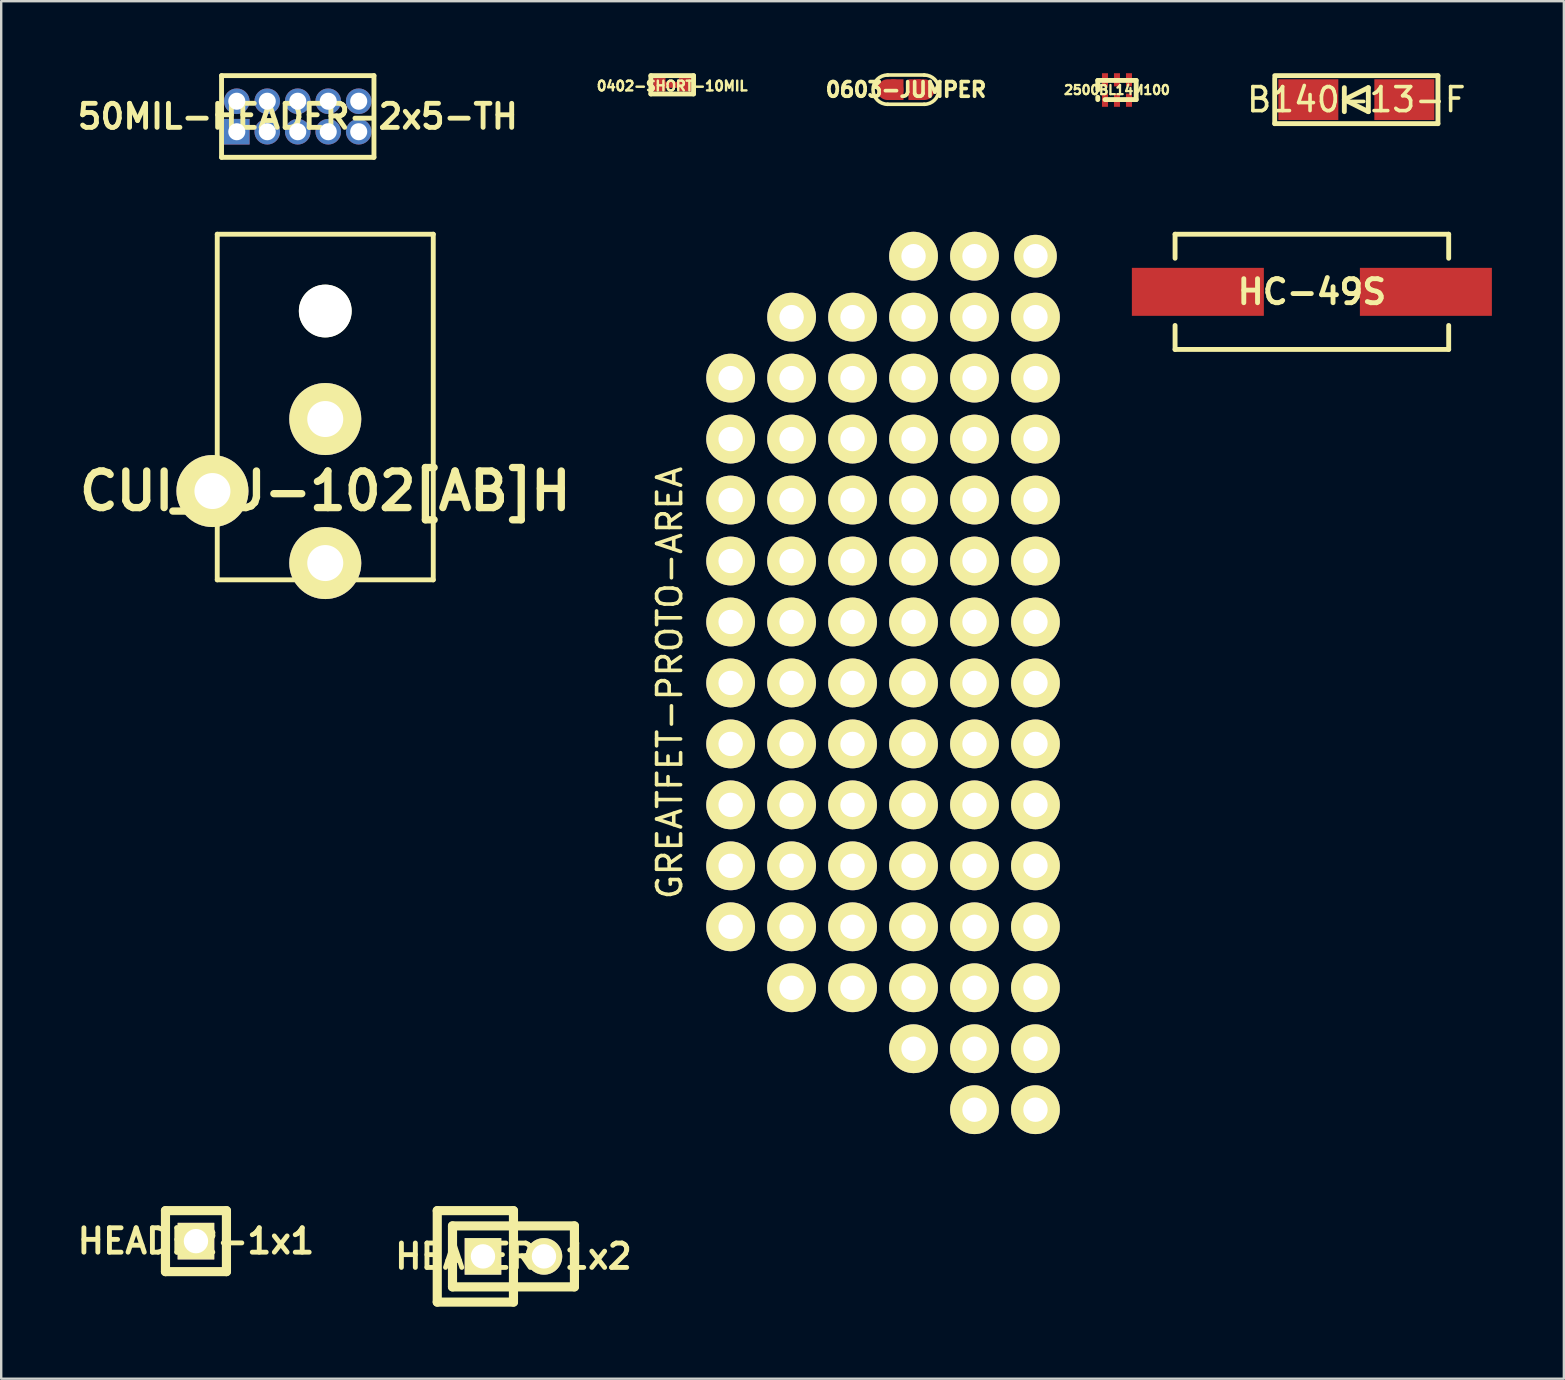
<source format=kicad_pcb>
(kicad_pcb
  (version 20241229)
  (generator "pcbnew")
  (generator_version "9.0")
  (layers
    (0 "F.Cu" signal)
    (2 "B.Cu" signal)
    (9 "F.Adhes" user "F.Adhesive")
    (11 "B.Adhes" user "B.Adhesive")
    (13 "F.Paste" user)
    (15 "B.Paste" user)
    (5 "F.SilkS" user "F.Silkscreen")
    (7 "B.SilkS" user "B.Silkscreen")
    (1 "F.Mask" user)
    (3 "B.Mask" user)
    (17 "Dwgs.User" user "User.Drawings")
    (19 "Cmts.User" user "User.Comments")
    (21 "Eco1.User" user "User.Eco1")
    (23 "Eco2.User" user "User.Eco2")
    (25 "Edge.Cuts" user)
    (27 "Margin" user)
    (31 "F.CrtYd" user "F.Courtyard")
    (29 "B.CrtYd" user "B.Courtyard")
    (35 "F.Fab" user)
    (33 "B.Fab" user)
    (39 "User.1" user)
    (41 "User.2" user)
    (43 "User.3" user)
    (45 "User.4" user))
  (footprint "0603-JUMPER"
    (layer "F.Cu")
    (at 34.694 0.685)
    (property "Reference" "0603-JUMPER" (at 0 0 0) (layer "F.SilkS") (effects (font (size 0.61 0.61) (thickness 0.152))))
    (attr through_hole)
    (fp_line (start -0.762 0.61) (end 0.762 0.61) (stroke (width 0.15) (type solid)) (layer "F.SilkS"))
    (fp_line (start 0.762 -0.61) (end -0.762 -0.61) (stroke (width 0.15) (type solid)) (layer "F.SilkS"))
    (fp_arc (start -0.762 0.6096) (mid -1.3716 0) (end -0.762 -0.6096) (stroke (width 0.15) (type solid)) (layer "F.SilkS"))
    (fp_arc (start 0.762 -0.6096) (mid 1.3716 0) (end 0.762 0.6096) (stroke (width 0.15) (type solid)) (layer "F.SilkS"))
    (pad "1" smd oval (at -0.648 0) (size 1.092 0.864) (layers "F.Cu" "F.Mask"))
    (pad "1" smd rect (at -0.356 0) (size 0.508 0.864) (layers "F.Cu" "F.Mask"))
    (pad "2" smd rect (at 0.356 0) (size 0.508 0.864) (layers "F.Cu" "F.Mask"))
    (pad "2" smd oval (at 0.648 0) (size 1.092 0.864) (layers "F.Cu" "F.Mask")))
  (footprint "50MIL-HEADER-2x5-TH"
    (layer "F.Cu")
    (at 9.355 1.803)
    (property "Reference" "50MIL-HEADER-2x5-TH" (at 0 0 0) (layer "F.SilkS") (effects (font (size 1.001 1.001) (thickness 0.203))))
    (attr through_hole)
    (fp_line (start -3.175 -1.702) (end -3.175 1.702) (stroke (width 0.203) (type solid)) (layer "F.SilkS"))
    (fp_line (start -3.175 1.702) (end 3.175 1.702) (stroke (width 0.203) (type solid)) (layer "F.SilkS"))
    (fp_line (start 3.175 -1.702) (end -3.175 -1.702) (stroke (width 0.203) (type solid)) (layer "F.SilkS"))
    (fp_line (start 3.175 -1.702) (end 3.175 1.702) (stroke (width 0.203) (type solid)) (layer "F.SilkS"))
    (pad "1" thru_hole rect (at -2.54 0.635) (size 1.067 1.067) (drill 0.711) (layers "*.Cu" "*.Mask"))
    (pad "2" thru_hole circle (at -2.54 -0.635) (size 1.067 1.067) (drill 0.711) (layers "*.Cu" "*.Mask"))
    (pad "3" thru_hole circle (at -1.27 0.635) (size 1.067 1.067) (drill 0.711) (layers "*.Cu" "*.Mask"))
    (pad "4" thru_hole circle (at -1.27 -0.635) (size 1.067 1.067) (drill 0.711) (layers "*.Cu" "*.Mask"))
    (pad "5" thru_hole circle (at 0 0.635) (size 1.067 1.067) (drill 0.711) (layers "*.Cu" "*.Mask"))
    (pad "6" thru_hole circle (at 0 -0.635) (size 1.067 1.067) (drill 0.711) (layers "*.Cu" "*.Mask"))
    (pad "7" thru_hole circle (at 1.27 0.635) (size 1.067 1.067) (drill 0.711) (layers "*.Cu" "*.Mask"))
    (pad "8" thru_hole circle (at 1.27 -0.635) (size 1.067 1.067) (drill 0.711) (layers "*.Cu" "*.Mask"))
    (pad "9" thru_hole circle (at 2.54 0.635) (size 1.067 1.067) (drill 0.711) (layers "*.Cu" "*.Mask"))
    (pad "10" thru_hole circle (at 2.54 -0.635) (size 1.067 1.067) (drill 0.711) (layers "*.Cu" "*.Mask")))
  (footprint "CUI_PJ-102[AB]H"
    (layer "F.Cu")
    (at 10.501 17.408)
    (property "Reference" "CUI_PJ-102[AB]H" (at 0 0 0) (layer "F.SilkS") (effects (font (size 1.524 1.524) (thickness 0.305))))
    (attr through_hole)
    (fp_line (start -4.5 -10.7) (end 4.5 -10.7) (stroke (width 0.203) (type solid)) (layer "F.SilkS"))
    (fp_line (start -4.5 3.7) (end -4.5 -10.7) (stroke (width 0.203) (type solid)) (layer "F.SilkS"))
    (fp_line (start 4.5 -10.7) (end 4.5 3.7) (stroke (width 0.203) (type solid)) (layer "F.SilkS"))
    (fp_line (start 4.5 3.7) (end -4.5 3.7) (stroke (width 0.203) (type solid)) (layer "F.SilkS"))
    (pad "" np_thru_hole circle (at 0 -7.5) (size 2.2 2.2) (drill 2.2) (layers "*.Cu" "*.Mask" "F.SilkS"))
    (pad "1" thru_hole circle (at 0 3) (size 3 3) (drill 1.5) (layers "*.Cu" "*.Mask" "F.SilkS"))
    (pad "2" thru_hole circle (at 0 -3) (size 3 3) (drill 1.5) (layers "*.Cu" "*.Mask" "F.SilkS"))
    (pad "3" thru_hole circle (at -4.7 0) (size 3 3) (drill 1.5) (layers "*.Cu" "*.Mask" "F.SilkS")))
  (footprint "HC-49S"
    (layer "F.Cu")
    (at 51.606 9.109)
    (property "Reference" "HC-49S" (at 0 0 0) (layer "F.SilkS") (effects (font (size 1.001 1.001) (thickness 0.203))))
    (attr through_hole)
    (fp_line (start -5.7 -2.4) (end -5.7 -1.4) (stroke (width 0.203) (type solid)) (layer "F.SilkS"))
    (fp_line (start -5.7 -2.4) (end 5.7 -2.4) (stroke (width 0.203) (type solid)) (layer "F.SilkS"))
    (fp_line (start -5.7 2.4) (end -5.7 1.4) (stroke (width 0.203) (type solid)) (layer "F.SilkS"))
    (fp_line (start -5.7 2.4) (end 5.7 2.4) (stroke (width 0.203) (type solid)) (layer "F.SilkS"))
    (fp_line (start 5.7 -2.4) (end 5.7 -1.4) (stroke (width 0.203) (type solid)) (layer "F.SilkS"))
    (fp_line (start 5.7 2.4) (end 5.7 1.4) (stroke (width 0.203) (type solid)) (layer "F.SilkS"))
    (pad "1" smd rect (at -4.75 0) (size 5.499 1.999) (layers "F.Cu" "F.Mask" "F.Paste"))
    (pad "2" smd rect (at 4.75 0) (size 5.499 1.999) (layers "F.Cu" "F.Mask" "F.Paste")))
  (footprint "B140-13-F"
    (placed yes)
    (layer "F.Cu")
    (at 53.458 1.102)
    (property "Reference" "B140-13-F" (at 0 0 180) (layer "F.SilkS") (effects (font (size 1 1) (thickness 0.15))))
    (attr through_hole)
    (fp_line (start -3.4 -1) (end 3.4 -1) (stroke (width 0.203) (type solid)) (layer "F.SilkS"))
    (fp_line (start -3.4 1) (end -3.4 -0.9) (stroke (width 0.203) (type solid)) (layer "F.SilkS"))
    (fp_line (start -0.5 -0.5) (end -0.5 0.5) (stroke (width 0.203) (type solid)) (layer "F.SilkS"))
    (fp_line (start -0.5 0) (end 0.5 -0.5) (stroke (width 0.203) (type solid)) (layer "F.SilkS"))
    (fp_line (start 0.5 -0.5) (end 0.5 0.5) (stroke (width 0.203) (type solid)) (layer "F.SilkS"))
    (fp_line (start 0.5 0.5) (end -0.5 0) (stroke (width 0.203) (type solid)) (layer "F.SilkS"))
    (fp_line (start 3.4 -1) (end 3.4 1) (stroke (width 0.203) (type solid)) (layer "F.SilkS"))
    (fp_line (start 3.4 1) (end -3.4 1) (stroke (width 0.203) (type solid)) (layer "F.SilkS"))
    (pad "1" smd rect (at -2 0 180) (size 2.5 1.7) (layers "F.Cu" "F.Mask" "F.Paste"))
    (pad "2" smd rect (at 2 0 180) (size 2.5 1.7) (layers "F.Cu" "F.Mask" "F.Paste")))
  (footprint "0402-SHORT-10MIL"
    (layer "F.Cu")
    (at 24.956 0.483)
    (property "Reference" "0402-SHORT-10MIL" (at 0 0.051 0) (layer "F.SilkS") (effects (font (size 0.406 0.406) (thickness 0.102))))
    (attr through_hole)
    (fp_line (start -0.889 -0.381) (end 0.889 -0.381) (stroke (width 0.203) (type solid)) (layer "F.SilkS"))
    (fp_line (start -0.889 0.381) (end -0.889 -0.381) (stroke (width 0.203) (type solid)) (layer "F.SilkS"))
    (fp_line (start 0.889 -0.381) (end 0.889 0.381) (stroke (width 0.203) (type solid)) (layer "F.SilkS"))
    (fp_line (start 0.889 0.381) (end -0.889 0.381) (stroke (width 0.203) (type solid)) (layer "F.SilkS"))
    (pad "" smd rect (at 0 0) (size 0.762 0.254) (layers "F.Cu" "F.Mask"))
    (pad "1" smd rect (at -0.533 0) (size 0.508 0.559) (layers "F.Cu" "F.Mask"))
    (pad "2" smd rect (at 0.533 0) (size 0.508 0.559) (layers "F.Cu" "F.Mask")))
  (footprint "HEADER-1x2"
    (layer "F.Cu")
    (at 18.342 49.294)
    (property "Reference" "HEADER-1x2" (at 0 0 0) (layer "F.SilkS") (effects (font (size 1.016 1.016) (thickness 0.203))))
    (attr through_hole)
    (fp_line (start -3.175 -1.905) (end -3.175 1.905) (stroke (width 0.381) (type solid)) (layer "F.SilkS"))
    (fp_line (start -3.175 1.905) (end 0 1.905) (stroke (width 0.381) (type solid)) (layer "F.SilkS"))
    (fp_line (start -2.54 -1.27) (end -2.54 1.27) (stroke (width 0.381) (type solid)) (layer "F.SilkS"))
    (fp_line (start -2.54 -1.27) (end 2.54 -1.27) (stroke (width 0.381) (type solid)) (layer "F.SilkS"))
    (fp_line (start 0 -1.905) (end -3.175 -1.905) (stroke (width 0.381) (type solid)) (layer "F.SilkS"))
    (fp_line (start 0 1.905) (end 0 -1.905) (stroke (width 0.381) (type solid)) (layer "F.SilkS"))
    (fp_line (start 2.54 -1.27) (end 2.54 1.27) (stroke (width 0.381) (type solid)) (layer "F.SilkS"))
    (fp_line (start 2.54 1.27) (end -2.54 1.27) (stroke (width 0.381) (type solid)) (layer "F.SilkS"))
    (pad "1" thru_hole rect (at -1.27 0) (size 1.524 1.524) (drill 1.016) (layers "*.Cu" "*.Mask" "F.SilkS"))
    (pad "2" thru_hole circle (at 1.27 0) (size 1.524 1.524) (drill 1.016) (layers "*.Cu" "*.Mask" "F.SilkS")))
  (footprint "HEADER-1x1"
    (layer "F.Cu")
    (at 5.114 48.659)
    (property "Reference" "HEADER-1x1" (at 0 0 0) (layer "F.SilkS") (effects (font (size 1.016 1.016) (thickness 0.203))))
    (attr through_hole)
    (fp_line (start -1.27 -1.27) (end -1.27 1.27) (stroke (width 0.381) (type solid)) (layer "F.SilkS"))
    (fp_line (start -1.27 -1.27) (end 1.27 -1.27) (stroke (width 0.381) (type solid)) (layer "F.SilkS"))
    (fp_line (start 1.27 -1.27) (end 1.27 1.27) (stroke (width 0.381) (type solid)) (layer "F.SilkS"))
    (fp_line (start 1.27 1.27) (end -1.27 1.27) (stroke (width 0.381) (type solid)) (layer "F.SilkS"))
    (pad "1" thru_hole rect (at 0 0) (size 1.524 1.524) (drill 1.016) (layers "*.Cu" "*.Mask" "F.SilkS")))
  (footprint "2500BL14M100"
    (layer "F.Cu")
    (at 43.486 0.7)
    (property "Reference" "2500BL14M100" (at 0 0 0) (layer "F.SilkS") (effects (font (size 0.381 0.381) (thickness 0.095))))
    (attr through_hole)
    (fp_line (start -0.8 -0.399) (end -0.8 0) (stroke (width 0.203) (type solid)) (layer "F.SilkS"))
    (fp_line (start -0.8 -0.399) (end 0.8 -0.399) (stroke (width 0.203) (type solid)) (layer "F.SilkS"))
    (fp_line (start -0.8 0.399) (end -0.8 0.3) (stroke (width 0.203) (type solid)) (layer "F.SilkS"))
    (fp_line (start 0.8 -0.399) (end 0.8 0.399) (stroke (width 0.203) (type solid)) (layer "F.SilkS"))
    (fp_line (start 0.8 0.399) (end -0.5 0.399) (stroke (width 0.203) (type solid)) (layer "F.SilkS"))
    (pad "1" smd rect (at -0.5 0.425) (size 0.25 0.55) (layers "F.Cu" "F.Mask" "F.Paste"))
    (pad "2" smd rect (at 0 0.425) (size 0.25 0.55) (layers "F.Cu" "F.Mask" "F.Paste"))
    (pad "3" smd rect (at 0.5 0.425) (size 0.25 0.55) (layers "F.Cu" "F.Mask" "F.Paste"))
    (pad "4" smd rect (at 0.5 -0.425) (size 0.25 0.55) (layers "F.Cu" "F.Mask" "F.Paste"))
    (pad "5" smd rect (at 0 -0.425) (size 0.25 0.55) (layers "F.Cu" "F.Mask" "F.Paste"))
    (pad "6" smd rect (at -0.5 -0.425) (size 0.25 0.55) (layers "F.Cu" "F.Mask" "F.Paste")))
  (footprint "GREATFET-PROTO-AREA"
    (layer "F.Cu")
    (at 40.09 25.403)
    (property "Reference" "GREATFET-PROTO-AREA" (at -15.24 0 270) (layer "F.SilkS") (effects (font (size 1 1) (thickness 0.15))))
    (attr through_hole)
    (pad "1" thru_hole circle (at 0 -17.78) (size 1.778 1.778) (drill 1.016) (layers "*.Cu" "*.Mask" "F.SilkS"))
    (pad "2" thru_hole circle (at 0 -15.24) (size 2.032 2.032) (drill 1.016) (layers "*.Cu" "*.Mask" "F.SilkS"))
    (pad "3" thru_hole circle (at 0 -12.7) (size 2.032 2.032) (drill 1.016) (layers "*.Cu" "*.Mask" "F.SilkS"))
    (pad "4" thru_hole circle (at 0 -10.16) (size 2.032 2.032) (drill 1.016) (layers "*.Cu" "*.Mask" "F.SilkS"))
    (pad "5" thru_hole circle (at 0 -7.62) (size 2.032 2.032) (drill 1.016) (layers "*.Cu" "*.Mask" "F.SilkS"))
    (pad "6" thru_hole circle (at 0 -5.08) (size 2.032 2.032) (drill 1.016) (layers "*.Cu" "*.Mask" "F.SilkS"))
    (pad "7" thru_hole circle (at 0 -2.54) (size 2.032 2.032) (drill 1.016) (layers "*.Cu" "*.Mask" "F.SilkS"))
    (pad "8" thru_hole circle (at 0 0) (size 2.032 2.032) (drill 1.016) (layers "*.Cu" "*.Mask" "F.SilkS"))
    (pad "9" thru_hole circle (at 0 2.54) (size 2.032 2.032) (drill 1.016) (layers "*.Cu" "*.Mask" "F.SilkS"))
    (pad "10" thru_hole circle (at 0 5.08) (size 2.032 2.032) (drill 1.016) (layers "*.Cu" "*.Mask" "F.SilkS"))
    (pad "11" thru_hole circle (at 0 7.62) (size 2.032 2.032) (drill 1.016) (layers "*.Cu" "*.Mask" "F.SilkS"))
    (pad "12" thru_hole circle (at 0 10.16) (size 2.032 2.032) (drill 1.016) (layers "*.Cu" "*.Mask" "F.SilkS"))
    (pad "13" thru_hole circle (at 0 12.7) (size 2.032 2.032) (drill 1.016) (layers "*.Cu" "*.Mask" "F.SilkS"))
    (pad "14" thru_hole circle (at 0 15.24) (size 2.032 2.032) (drill 1.016) (layers "*.Cu" "*.Mask" "F.SilkS"))
    (pad "15" thru_hole circle (at 0 17.78) (size 2.032 2.032) (drill 1.016) (layers "*.Cu" "*.Mask" "F.SilkS"))
    (pad "16" thru_hole circle (at -2.54 -17.78) (size 2.032 2.032) (drill 1.016) (layers "*.Cu" "*.Mask" "F.SilkS"))
    (pad "17" thru_hole circle (at -2.54 -15.24) (size 2.032 2.032) (drill 1.016) (layers "*.Cu" "*.Mask" "F.SilkS"))
    (pad "18" thru_hole circle (at -2.54 -12.7) (size 2.032 2.032) (drill 1.016) (layers "*.Cu" "*.Mask" "F.SilkS"))
    (pad "19" thru_hole circle (at -2.54 -10.16) (size 2.032 2.032) (drill 1.016) (layers "*.Cu" "*.Mask" "F.SilkS"))
    (pad "20" thru_hole circle (at -2.54 -7.62) (size 2.032 2.032) (drill 1.016) (layers "*.Cu" "*.Mask" "F.SilkS"))
    (pad "21" thru_hole circle (at -2.54 -5.08) (size 2.032 2.032) (drill 1.016) (layers "*.Cu" "*.Mask" "F.SilkS"))
    (pad "22" thru_hole circle (at -2.54 -2.54) (size 2.032 2.032) (drill 1.016) (layers "*.Cu" "*.Mask" "F.SilkS"))
    (pad "23" thru_hole circle (at -2.54 0) (size 2.032 2.032) (drill 1.016) (layers "*.Cu" "*.Mask" "F.SilkS"))
    (pad "24" thru_hole circle (at -2.54 2.54) (size 2.032 2.032) (drill 1.016) (layers "*.Cu" "*.Mask" "F.SilkS"))
    (pad "25" thru_hole circle (at -2.54 5.08) (size 2.032 2.032) (drill 1.016) (layers "*.Cu" "*.Mask" "F.SilkS"))
    (pad "26" thru_hole circle (at -2.54 7.62) (size 2.032 2.032) (drill 1.016) (layers "*.Cu" "*.Mask" "F.SilkS"))
    (pad "27" thru_hole circle (at -2.54 10.16) (size 2.032 2.032) (drill 1.016) (layers "*.Cu" "*.Mask" "F.SilkS"))
    (pad "28" thru_hole circle (at -2.54 12.7) (size 2.032 2.032) (drill 1.016) (layers "*.Cu" "*.Mask" "F.SilkS"))
    (pad "29" thru_hole circle (at -2.54 15.24) (size 2.032 2.032) (drill 1.016) (layers "*.Cu" "*.Mask" "F.SilkS"))
    (pad "30" thru_hole circle (at -2.54 17.78) (size 2.032 2.032) (drill 1.016) (layers "*.Cu" "*.Mask" "F.SilkS"))
    (pad "31" thru_hole circle (at -5.08 -17.78) (size 2.032 2.032) (drill 1.016) (layers "*.Cu" "*.Mask" "F.SilkS"))
    (pad "32" thru_hole circle (at -5.08 -15.24) (size 2.032 2.032) (drill 1.016) (layers "*.Cu" "*.Mask" "F.SilkS"))
    (pad "33" thru_hole circle (at -5.08 -12.7) (size 2.032 2.032) (drill 1.016) (layers "*.Cu" "*.Mask" "F.SilkS"))
    (pad "34" thru_hole circle (at -5.08 -10.16) (size 2.032 2.032) (drill 1.016) (layers "*.Cu" "*.Mask" "F.SilkS"))
    (pad "35" thru_hole circle (at -5.08 -7.62) (size 2.032 2.032) (drill 1.016) (layers "*.Cu" "*.Mask" "F.SilkS"))
    (pad "36" thru_hole circle (at -5.08 -5.08) (size 2.032 2.032) (drill 1.016) (layers "*.Cu" "*.Mask" "F.SilkS"))
    (pad "37" thru_hole circle (at -5.08 -2.54) (size 2.032 2.032) (drill 1.016) (layers "*.Cu" "*.Mask" "F.SilkS"))
    (pad "38" thru_hole circle (at -5.08 0) (size 2.032 2.032) (drill 1.016) (layers "*.Cu" "*.Mask" "F.SilkS"))
    (pad "39" thru_hole circle (at -5.08 2.54) (size 2.032 2.032) (drill 1.016) (layers "*.Cu" "*.Mask" "F.SilkS"))
    (pad "40" thru_hole circle (at -5.08 5.08) (size 2.032 2.032) (drill 1.016) (layers "*.Cu" "*.Mask" "F.SilkS"))
    (pad "41" thru_hole circle (at -5.08 7.62) (size 2.032 2.032) (drill 1.016) (layers "*.Cu" "*.Mask" "F.SilkS"))
    (pad "42" thru_hole circle (at -5.08 10.16) (size 2.032 2.032) (drill 1.016) (layers "*.Cu" "*.Mask" "F.SilkS"))
    (pad "43" thru_hole circle (at -5.08 12.7) (size 2.032 2.032) (drill 1.016) (layers "*.Cu" "*.Mask" "F.SilkS"))
    (pad "44" thru_hole circle (at -5.08 15.24) (size 2.032 2.032) (drill 1.016) (layers "*.Cu" "*.Mask" "F.SilkS"))
    (pad "45" thru_hole circle (at -12.7 -12.7) (size 2.032 2.032) (drill 1.016) (layers "*.Cu" "*.Mask" "F.SilkS"))
    (pad "47" thru_hole circle (at -7.62 -15.24) (size 2.032 2.032) (drill 1.016) (layers "*.Cu" "*.Mask" "F.SilkS"))
    (pad "48" thru_hole circle (at -7.62 -12.7) (size 2.032 2.032) (drill 1.016) (layers "*.Cu" "*.Mask" "F.SilkS"))
    (pad "49" thru_hole circle (at -7.62 -10.16) (size 2.032 2.032) (drill 1.016) (layers "*.Cu" "*.Mask" "F.SilkS"))
    (pad "50" thru_hole circle (at -7.62 -7.62) (size 2.032 2.032) (drill 1.016) (layers "*.Cu" "*.Mask" "F.SilkS"))
    (pad "51" thru_hole circle (at -7.62 -5.08) (size 2.032 2.032) (drill 1.016) (layers "*.Cu" "*.Mask" "F.SilkS"))
    (pad "52" thru_hole circle (at -7.62 -2.54) (size 2.032 2.032) (drill 1.016) (layers "*.Cu" "*.Mask" "F.SilkS"))
    (pad "53" thru_hole circle (at -7.62 0) (size 2.032 2.032) (drill 1.016) (layers "*.Cu" "*.Mask" "F.SilkS"))
    (pad "54" thru_hole circle (at -7.62 2.54) (size 2.032 2.032) (drill 1.016) (layers "*.Cu" "*.Mask" "F.SilkS"))
    (pad "55" thru_hole circle (at -7.62 5.08) (size 2.032 2.032) (drill 1.016) (layers "*.Cu" "*.Mask" "F.SilkS"))
    (pad "56" thru_hole circle (at -7.62 7.62) (size 2.032 2.032) (drill 1.016) (layers "*.Cu" "*.Mask" "F.SilkS"))
    (pad "57" thru_hole circle (at -7.62 10.16) (size 2.032 2.032) (drill 1.016) (layers "*.Cu" "*.Mask" "F.SilkS"))
    (pad "58" thru_hole circle (at -7.62 12.7) (size 2.032 2.032) (drill 1.016) (layers "*.Cu" "*.Mask" "F.SilkS"))
    (pad "61" thru_hole circle (at -10.16 -15.24) (size 2.032 2.032) (drill 1.016) (layers "*.Cu" "*.Mask" "F.SilkS"))
    (pad "62" thru_hole circle (at -10.16 -12.7) (size 2.032 2.032) (drill 1.016) (layers "*.Cu" "*.Mask" "F.SilkS"))
    (pad "63" thru_hole circle (at -10.16 -10.16) (size 2.032 2.032) (drill 1.016) (layers "*.Cu" "*.Mask" "F.SilkS"))
    (pad "64" thru_hole circle (at -10.16 -7.62) (size 2.032 2.032) (drill 1.016) (layers "*.Cu" "*.Mask" "F.SilkS"))
    (pad "65" thru_hole circle (at -10.16 -5.08) (size 2.032 2.032) (drill 1.016) (layers "*.Cu" "*.Mask" "F.SilkS"))
    (pad "66" thru_hole circle (at -10.16 -2.54) (size 2.032 2.032) (drill 1.016) (layers "*.Cu" "*.Mask" "F.SilkS"))
    (pad "67" thru_hole circle (at -10.16 0) (size 2.032 2.032) (drill 1.016) (layers "*.Cu" "*.Mask" "F.SilkS"))
    (pad "68" thru_hole circle (at -10.16 2.54) (size 2.032 2.032) (drill 1.016) (layers "*.Cu" "*.Mask" "F.SilkS"))
    (pad "69" thru_hole circle (at -10.16 5.08) (size 2.032 2.032) (drill 1.016) (layers "*.Cu" "*.Mask" "F.SilkS"))
    (pad "70" thru_hole circle (at -10.16 7.62) (size 2.032 2.032) (drill 1.016) (layers "*.Cu" "*.Mask" "F.SilkS"))
    (pad "71" thru_hole circle (at -10.16 10.16) (size 2.032 2.032) (drill 1.016) (layers "*.Cu" "*.Mask" "F.SilkS"))
    (pad "72" thru_hole circle (at -10.16 12.7) (size 2.032 2.032) (drill 1.016) (layers "*.Cu" "*.Mask" "F.SilkS"))
    (pad "74" thru_hole circle (at -12.7 -10.16) (size 2.032 2.032) (drill 1.016) (layers "*.Cu" "*.Mask" "F.SilkS"))
    (pad "75" thru_hole circle (at -12.7 -7.62) (size 2.032 2.032) (drill 1.016) (layers "*.Cu" "*.Mask" "F.SilkS"))
    (pad "76" thru_hole circle (at -12.7 -5.08) (size 2.032 2.032) (drill 1.016) (layers "*.Cu" "*.Mask" "F.SilkS"))
    (pad "77" thru_hole circle (at -12.7 -2.54) (size 2.032 2.032) (drill 1.016) (layers "*.Cu" "*.Mask" "F.SilkS"))
    (pad "78" thru_hole circle (at -12.7 0) (size 2.032 2.032) (drill 1.016) (layers "*.Cu" "*.Mask" "F.SilkS"))
    (pad "79" thru_hole circle (at -12.7 2.54) (size 2.032 2.032) (drill 1.016) (layers "*.Cu" "*.Mask" "F.SilkS"))
    (pad "80" thru_hole circle (at -12.7 5.08) (size 2.032 2.032) (drill 1.016) (layers "*.Cu" "*.Mask" "F.SilkS"))
    (pad "81" thru_hole circle (at -12.7 7.62) (size 2.032 2.032) (drill 1.016) (layers "*.Cu" "*.Mask" "F.SilkS"))
    (pad "82" thru_hole circle (at -12.7 10.16) (size 2.032 2.032) (drill 1.016) (layers "*.Cu" "*.Mask" "F.SilkS")))
  (gr_rect
    (start -3 -3)
    (end 62.105 54.39)
    (stroke (width 0.1) (type default))
    (fill no)
    (layer "Edge.Cuts")))
</source>
